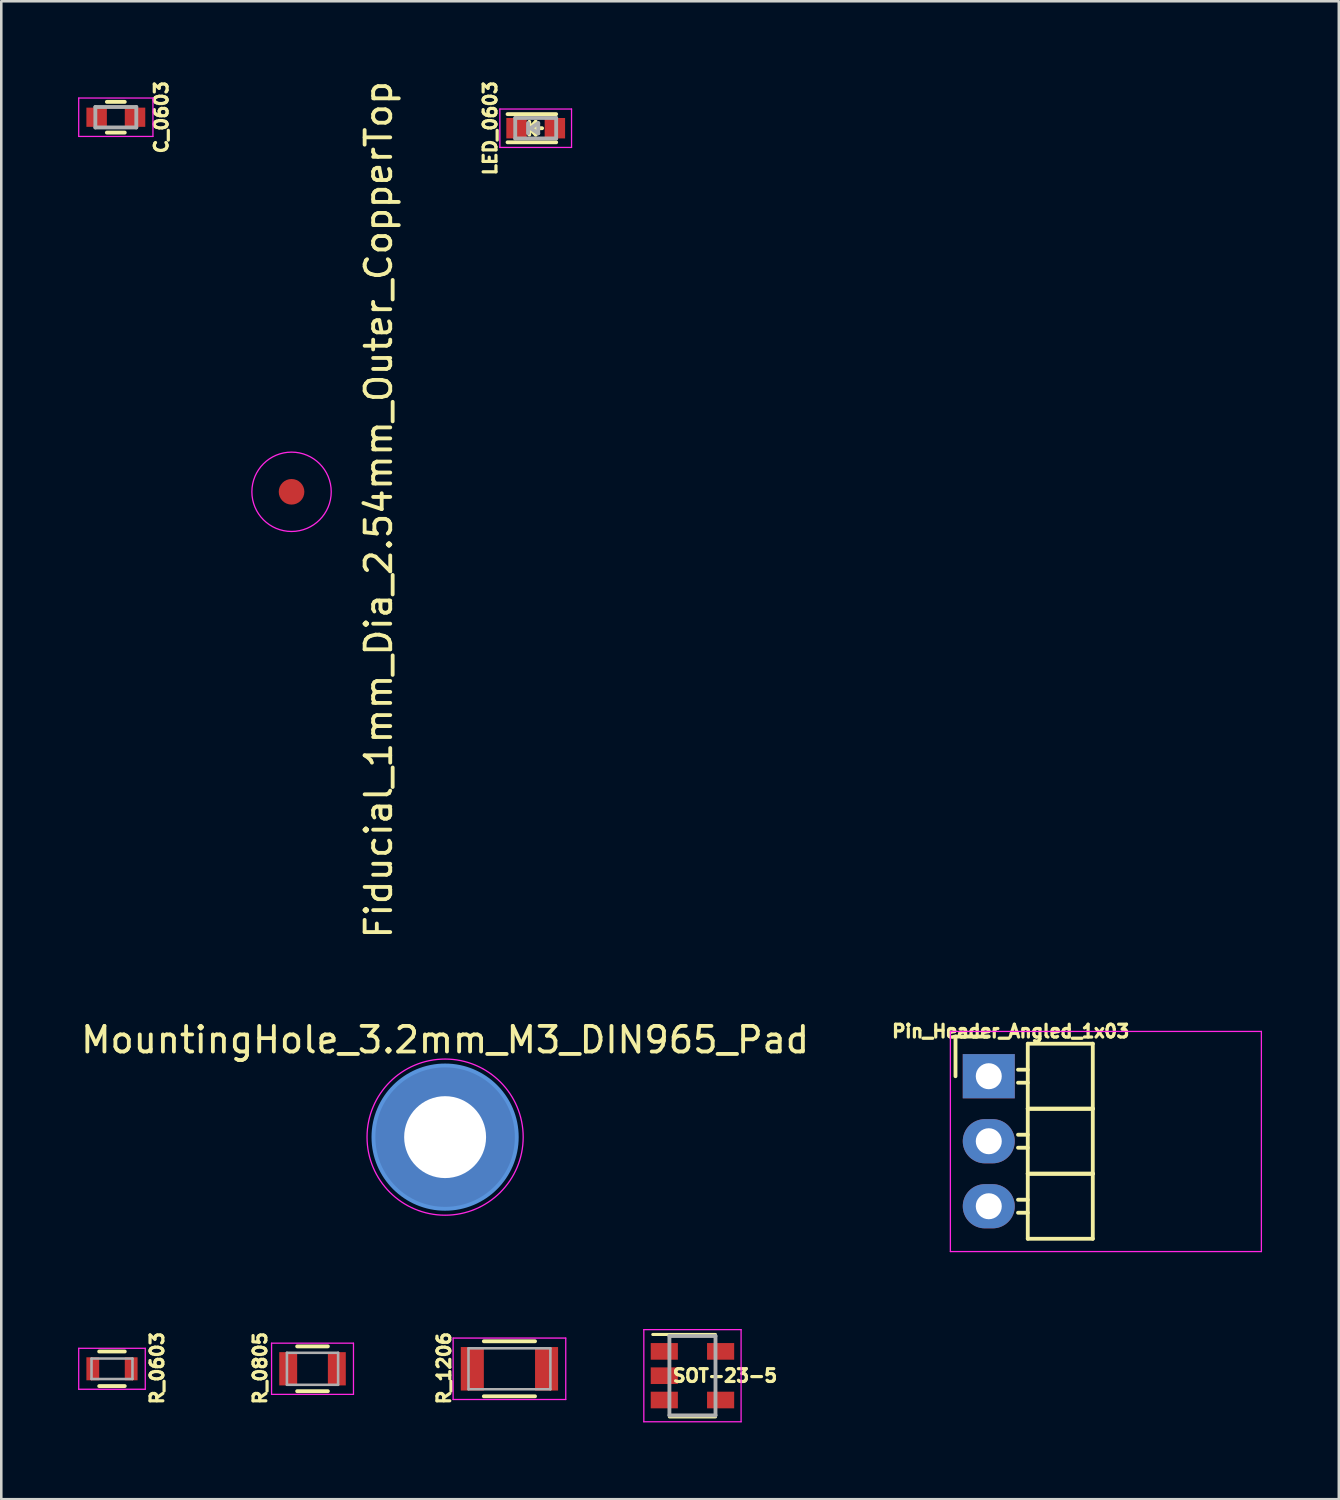
<source format=kicad_pcb>
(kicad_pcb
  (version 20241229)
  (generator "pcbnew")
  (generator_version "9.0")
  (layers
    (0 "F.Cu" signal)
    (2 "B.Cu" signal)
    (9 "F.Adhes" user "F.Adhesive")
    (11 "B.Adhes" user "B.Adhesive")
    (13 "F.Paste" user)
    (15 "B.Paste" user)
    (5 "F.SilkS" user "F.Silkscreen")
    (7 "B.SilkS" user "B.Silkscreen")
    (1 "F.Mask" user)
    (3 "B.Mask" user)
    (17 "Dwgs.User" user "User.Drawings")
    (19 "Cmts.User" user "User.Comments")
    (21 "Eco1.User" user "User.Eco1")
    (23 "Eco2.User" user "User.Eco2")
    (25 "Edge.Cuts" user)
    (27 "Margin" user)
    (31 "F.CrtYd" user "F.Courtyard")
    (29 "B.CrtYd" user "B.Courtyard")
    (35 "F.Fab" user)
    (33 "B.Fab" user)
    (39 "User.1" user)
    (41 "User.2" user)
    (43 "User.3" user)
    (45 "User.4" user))
  (footprint "MountingHole_3.2mm_M3_DIN965_Pad"
    (layer "F.Cu")
    (at 14.339 41.374)
    (property "Reference" "MountingHole_3.2mm_M3_DIN965_Pad" (at 0 -3.8 0) (layer "F.SilkS") (effects (font (size 1 1) (thickness 0.15))))
    (attr exclude_from_pos_files exclude_from_bom)
    (fp_circle (center 0 0) (end 2.8 0) (stroke (width 0.15) (type solid)) (fill no) (layer "Cmts.User"))
    (fp_circle (center 0 0) (end 3.05 0) (stroke (width 0.05) (type solid)) (fill no) (layer "F.CrtYd"))
    (pad "1" thru_hole circle (at 0 0) (size 5.6 5.6) (drill 3.2) (layers "*.Cu" "*.Mask")))
  (footprint "R_0603"
    (layer "F.Cu")
    (at 1.325 50.424)
    (property "Reference" "R_0603" (at 1.762 -0.024 90) (layer "F.SilkS") (effects (font (size 0.5 0.5) (thickness 0.125))))
    (attr smd)
    (fp_line (start -0.5 -0.675) (end 0.5 -0.675) (stroke (width 0.15) (type solid)) (layer "F.SilkS"))
    (fp_line (start 0.5 0.675) (end -0.5 0.675) (stroke (width 0.15) (type solid)) (layer "F.SilkS"))
    (fp_line (start -1.3 -0.8) (end -1.3 0.8) (stroke (width 0.05) (type solid)) (layer "F.CrtYd"))
    (fp_line (start -1.3 -0.8) (end 1.3 -0.8) (stroke (width 0.05) (type solid)) (layer "F.CrtYd"))
    (fp_line (start -1.3 0.8) (end 1.3 0.8) (stroke (width 0.05) (type solid)) (layer "F.CrtYd"))
    (fp_line (start 1.3 -0.8) (end 1.3 0.8) (stroke (width 0.05) (type solid)) (layer "F.CrtYd"))
    (fp_line (start -0.8 -0.4) (end 0.8 -0.4) (stroke (width 0.1) (type solid)) (layer "F.Fab"))
    (fp_line (start -0.8 0.4) (end -0.8 -0.4) (stroke (width 0.1) (type solid)) (layer "F.Fab"))
    (fp_line (start 0.8 -0.4) (end 0.8 0.4) (stroke (width 0.1) (type solid)) (layer "F.Fab"))
    (fp_line (start 0.8 0.4) (end -0.8 0.4) (stroke (width 0.1) (type solid)) (layer "F.Fab"))
    (pad "1" smd rect (at -0.75 0) (size 0.5 0.9) (layers "F.Cu" "F.Mask" "F.Paste"))
    (pad "2" smd rect (at 0.75 0) (size 0.5 0.9) (layers "F.Cu" "F.Mask" "F.Paste")))
  (footprint "C_0603"
    (layer "F.Cu")
    (at 1.475 1.53)
    (property "Reference" "C_0603" (at 1.778 0 90) (layer "F.SilkS") (effects (font (size 0.5 0.5) (thickness 0.125))))
    (attr smd)
    (fp_line (start -0.35 -0.6) (end 0.35 -0.6) (stroke (width 0.15) (type solid)) (layer "F.SilkS"))
    (fp_line (start 0.35 0.6) (end -0.35 0.6) (stroke (width 0.15) (type solid)) (layer "F.SilkS"))
    (fp_line (start -1.45 -0.75) (end -1.45 0.75) (stroke (width 0.05) (type solid)) (layer "F.CrtYd"))
    (fp_line (start -1.45 -0.75) (end 1.45 -0.75) (stroke (width 0.05) (type solid)) (layer "F.CrtYd"))
    (fp_line (start -1.45 0.75) (end 1.45 0.75) (stroke (width 0.05) (type solid)) (layer "F.CrtYd"))
    (fp_line (start 1.45 -0.75) (end 1.45 0.75) (stroke (width 0.05) (type solid)) (layer "F.CrtYd"))
    (fp_line (start -0.8 -0.4) (end 0.8 -0.4) (stroke (width 0.15) (type solid)) (layer "F.Fab"))
    (fp_line (start -0.8 0.4) (end -0.8 -0.4) (stroke (width 0.15) (type solid)) (layer "F.Fab"))
    (fp_line (start 0.8 -0.4) (end 0.8 0.4) (stroke (width 0.15) (type solid)) (layer "F.Fab"))
    (fp_line (start 0.8 0.4) (end -0.8 0.4) (stroke (width 0.15) (type solid)) (layer "F.Fab"))
    (pad "1" smd rect (at -0.75 0) (size 0.8 0.75) (layers "F.Cu" "F.Mask" "F.Paste"))
    (pad "2" smd rect (at 0.75 0) (size 0.8 0.75) (layers "F.Cu" "F.Mask" "F.Paste")))
  (footprint "R_1206"
    (layer "F.Cu")
    (at 16.852 50.424)
    (property "Reference" "R_1206" (at -2.556 -0.024 90) (layer "F.SilkS") (effects (font (size 0.5 0.5) (thickness 0.125))))
    (attr smd)
    (fp_line (start -1 -1.075) (end 1 -1.075) (stroke (width 0.15) (type solid)) (layer "F.SilkS"))
    (fp_line (start 1 1.075) (end -1 1.075) (stroke (width 0.15) (type solid)) (layer "F.SilkS"))
    (fp_line (start -2.2 -1.2) (end -2.2 1.2) (stroke (width 0.05) (type solid)) (layer "F.CrtYd"))
    (fp_line (start -2.2 -1.2) (end 2.2 -1.2) (stroke (width 0.05) (type solid)) (layer "F.CrtYd"))
    (fp_line (start -2.2 1.2) (end 2.2 1.2) (stroke (width 0.05) (type solid)) (layer "F.CrtYd"))
    (fp_line (start 2.2 -1.2) (end 2.2 1.2) (stroke (width 0.05) (type solid)) (layer "F.CrtYd"))
    (fp_line (start -1.6 -0.8) (end 1.6 -0.8) (stroke (width 0.1) (type solid)) (layer "F.Fab"))
    (fp_line (start -1.6 0.8) (end -1.6 -0.8) (stroke (width 0.1) (type solid)) (layer "F.Fab"))
    (fp_line (start 1.6 -0.8) (end 1.6 0.8) (stroke (width 0.1) (type solid)) (layer "F.Fab"))
    (fp_line (start 1.6 0.8) (end -1.6 0.8) (stroke (width 0.1) (type solid)) (layer "F.Fab"))
    (pad "1" smd rect (at -1.45 0) (size 0.9 1.7) (layers "F.Cu" "F.Mask" "F.Paste"))
    (pad "2" smd rect (at 1.45 0) (size 0.9 1.7) (layers "F.Cu" "F.Mask" "F.Paste")))
  (footprint "SOT-23-5"
    (layer "F.Cu")
    (at 24.002 50.694)
    (property "Reference" "SOT-23-5" (at 1.27 0 0) (layer "F.SilkS") (effects (font (size 0.5 0.5) (thickness 0.125))))
    (attr smd)
    (fp_line (start -0.9 1.61) (end 0.9 1.61) (stroke (width 0.12) (type solid)) (layer "F.SilkS"))
    (fp_line (start 0.9 -1.61) (end -1.55 -1.61) (stroke (width 0.12) (type solid)) (layer "F.SilkS"))
    (fp_line (start -1.9 -1.8) (end 1.9 -1.8) (stroke (width 0.05) (type solid)) (layer "F.CrtYd"))
    (fp_line (start -1.9 1.8) (end -1.9 -1.8) (stroke (width 0.05) (type solid)) (layer "F.CrtYd"))
    (fp_line (start 1.9 -1.8) (end 1.9 1.8) (stroke (width 0.05) (type solid)) (layer "F.CrtYd"))
    (fp_line (start 1.9 1.8) (end -1.9 1.8) (stroke (width 0.05) (type solid)) (layer "F.CrtYd"))
    (fp_line (start -0.9 -1.55) (end -0.9 1.55) (stroke (width 0.15) (type solid)) (layer "F.Fab"))
    (fp_line (start 0.9 -1.55) (end -0.9 -1.55) (stroke (width 0.15) (type solid)) (layer "F.Fab"))
    (fp_line (start 0.9 -1.55) (end 0.9 1.55) (stroke (width 0.15) (type solid)) (layer "F.Fab"))
    (fp_line (start 0.9 1.55) (end -0.9 1.55) (stroke (width 0.15) (type solid)) (layer "F.Fab"))
    (pad "1" smd rect (at -1.1 -0.95) (size 1.06 0.65) (layers "F.Cu" "F.Mask" "F.Paste"))
    (pad "2" smd rect (at -1.1 0) (size 1.06 0.65) (layers "F.Cu" "F.Mask" "F.Paste"))
    (pad "3" smd rect (at -1.1 0.95) (size 1.06 0.65) (layers "F.Cu" "F.Mask" "F.Paste"))
    (pad "4" smd rect (at 1.1 0.95) (size 1.06 0.65) (layers "F.Cu" "F.Mask" "F.Paste"))
    (pad "5" smd rect (at 1.1 -0.95) (size 1.06 0.65) (layers "F.Cu" "F.Mask" "F.Paste")))
  (footprint "Fiducial_1mm_Dia_2.54mm_Outer_CopperTop"
    (layer "F.Cu")
    (at 8.34 16.163)
    (property "Reference" "Fiducial_1mm_Dia_2.54mm_Outer_CopperTop" (at 3.4 0.7 90) (layer "F.SilkS") (effects (font (size 1 1) (thickness 0.15))))
    (attr smd)
    (fp_circle (center 0 0) (end 1.55 0) (stroke (width 0.05) (type solid)) (fill no) (layer "F.CrtYd"))
    (pad "~" smd circle (at 0 0) (size 1 1) (layers "F.Cu" "F.Mask")))
  (footprint "Pin_Header_Angled_1x03"
    (layer "F.Cu")
    (at 35.578 38.994)
    (property "Reference" "Pin_Header_Angled_1x03" (at 0.857 -1.756 0) (layer "F.SilkS") (effects (font (size 0.5 0.5) (thickness 0.125))))
    (attr through_hole)
    (fp_line (start -1.3 -1.55) (end -1.3 0) (stroke (width 0.15) (type solid)) (layer "F.SilkS"))
    (fp_line (start 0 -1.55) (end -1.3 -1.55) (stroke (width 0.15) (type solid)) (layer "F.SilkS"))
    (fp_line (start 1.524 -1.27) (end 1.524 1.27) (stroke (width 0.15) (type solid)) (layer "F.SilkS"))
    (fp_line (start 1.524 -1.27) (end 4.064 -1.27) (stroke (width 0.15) (type solid)) (layer "F.SilkS"))
    (fp_line (start 1.524 -0.254) (end 1.143 -0.254) (stroke (width 0.15) (type solid)) (layer "F.SilkS"))
    (fp_line (start 1.524 0.254) (end 1.143 0.254) (stroke (width 0.15) (type solid)) (layer "F.SilkS"))
    (fp_line (start 1.524 1.27) (end 1.524 3.81) (stroke (width 0.15) (type solid)) (layer "F.SilkS"))
    (fp_line (start 1.524 1.27) (end 4.064 1.27) (stroke (width 0.15) (type solid)) (layer "F.SilkS"))
    (fp_line (start 1.524 1.27) (end 4.064 1.27) (stroke (width 0.15) (type solid)) (layer "F.SilkS"))
    (fp_line (start 1.524 2.286) (end 1.143 2.286) (stroke (width 0.15) (type solid)) (layer "F.SilkS"))
    (fp_line (start 1.524 2.794) (end 1.143 2.794) (stroke (width 0.15) (type solid)) (layer "F.SilkS"))
    (fp_line (start 1.524 3.81) (end 1.524 6.35) (stroke (width 0.15) (type solid)) (layer "F.SilkS"))
    (fp_line (start 1.524 3.81) (end 4.064 3.81) (stroke (width 0.15) (type solid)) (layer "F.SilkS"))
    (fp_line (start 1.524 3.81) (end 4.064 3.81) (stroke (width 0.15) (type solid)) (layer "F.SilkS"))
    (fp_line (start 1.524 4.826) (end 1.143 4.826) (stroke (width 0.15) (type solid)) (layer "F.SilkS"))
    (fp_line (start 1.524 5.334) (end 1.143 5.334) (stroke (width 0.15) (type solid)) (layer "F.SilkS"))
    (fp_line (start 1.524 6.35) (end 4.064 6.35) (stroke (width 0.15) (type solid)) (layer "F.SilkS"))
    (fp_line (start 4.064 1.27) (end 4.064 -1.27) (stroke (width 0.15) (type solid)) (layer "F.SilkS"))
    (fp_line (start 4.064 3.81) (end 4.064 1.27) (stroke (width 0.15) (type solid)) (layer "F.SilkS"))
    (fp_line (start 4.064 6.35) (end 4.064 3.81) (stroke (width 0.15) (type solid)) (layer "F.SilkS"))
    (fp_line (start -1.5 -1.75) (end -1.5 6.85) (stroke (width 0.05) (type solid)) (layer "F.CrtYd"))
    (fp_line (start -1.5 -1.75) (end 10.65 -1.75) (stroke (width 0.05) (type solid)) (layer "F.CrtYd"))
    (fp_line (start -1.5 6.85) (end 10.65 6.85) (stroke (width 0.05) (type solid)) (layer "F.CrtYd"))
    (fp_line (start 10.65 -1.75) (end 10.65 6.85) (stroke (width 0.05) (type solid)) (layer "F.CrtYd"))
    (pad "1" thru_hole rect (at 0 0) (size 2.032 1.727) (drill 1.016) (layers "*.Cu" "*.Mask"))
    (pad "2" thru_hole oval (at 0 2.54) (size 2.032 1.727) (drill 1.016) (layers "*.Cu" "*.Mask"))
    (pad "3" thru_hole oval (at 0 5.08) (size 2.032 1.727) (drill 1.016) (layers "*.Cu" "*.Mask")))
  (footprint "R_0805"
    (layer "F.Cu")
    (at 9.159 50.424)
    (property "Reference" "R_0805" (at -2.048 -0.024 90) (layer "F.SilkS") (effects (font (size 0.5 0.5) (thickness 0.125))))
    (attr smd)
    (fp_line (start -0.6 -0.875) (end 0.6 -0.875) (stroke (width 0.15) (type solid)) (layer "F.SilkS"))
    (fp_line (start 0.6 0.875) (end -0.6 0.875) (stroke (width 0.15) (type solid)) (layer "F.SilkS"))
    (fp_line (start -1.6 -1) (end -1.6 1) (stroke (width 0.05) (type solid)) (layer "F.CrtYd"))
    (fp_line (start -1.6 -1) (end 1.6 -1) (stroke (width 0.05) (type solid)) (layer "F.CrtYd"))
    (fp_line (start -1.6 1) (end 1.6 1) (stroke (width 0.05) (type solid)) (layer "F.CrtYd"))
    (fp_line (start 1.6 -1) (end 1.6 1) (stroke (width 0.05) (type solid)) (layer "F.CrtYd"))
    (fp_line (start -1 -0.625) (end 1 -0.625) (stroke (width 0.1) (type solid)) (layer "F.Fab"))
    (fp_line (start -1 0.625) (end -1 -0.625) (stroke (width 0.1) (type solid)) (layer "F.Fab"))
    (fp_line (start 1 -0.625) (end 1 0.625) (stroke (width 0.1) (type solid)) (layer "F.Fab"))
    (fp_line (start 1 0.625) (end -1 0.625) (stroke (width 0.1) (type solid)) (layer "F.Fab"))
    (pad "1" smd rect (at -0.95 0) (size 0.7 1.3) (layers "F.Cu" "F.Mask" "F.Paste"))
    (pad "2" smd rect (at 0.95 0) (size 0.7 1.3) (layers "F.Cu" "F.Mask" "F.Paste")))
  (footprint "LED_0603"
    (layer "F.Cu")
    (at 17.878 1.959)
    (property "Reference" "LED_0603" (at -1.778 0 270) (layer "F.SilkS") (effects (font (size 0.5 0.5) (thickness 0.125))))
    (attr smd)
    (fp_line (start -1.1 -0.55) (end 0.8 -0.55) (stroke (width 0.15) (type solid)) (layer "F.SilkS"))
    (fp_line (start -1.1 0.55) (end 0.8 0.55) (stroke (width 0.15) (type solid)) (layer "F.SilkS"))
    (fp_line (start -0.25 -0.25) (end -0.25 0.25) (stroke (width 0.15) (type solid)) (layer "F.SilkS"))
    (fp_line (start -0.25 0) (end 0 -0.25) (stroke (width 0.15) (type solid)) (layer "F.SilkS"))
    (fp_line (start -0.2 0) (end 0.25 0) (stroke (width 0.15) (type solid)) (layer "F.SilkS"))
    (fp_line (start 0 -0.25) (end 0 0.25) (stroke (width 0.15) (type solid)) (layer "F.SilkS"))
    (fp_line (start 0 0.25) (end -0.25 0) (stroke (width 0.15) (type solid)) (layer "F.SilkS"))
    (fp_line (start -1.4 -0.75) (end 1.4 -0.75) (stroke (width 0.05) (type solid)) (layer "F.CrtYd"))
    (fp_line (start -1.4 0.75) (end -1.4 -0.75) (stroke (width 0.05) (type solid)) (layer "F.CrtYd"))
    (fp_line (start 1.4 -0.75) (end 1.4 0.75) (stroke (width 0.05) (type solid)) (layer "F.CrtYd"))
    (fp_line (start 1.4 0.75) (end -1.4 0.75) (stroke (width 0.05) (type solid)) (layer "F.CrtYd"))
    (fp_line (start -0.8 -0.4) (end 0.8 -0.4) (stroke (width 0.15) (type solid)) (layer "F.Fab"))
    (fp_line (start -0.8 0.4) (end -0.8 -0.4) (stroke (width 0.15) (type solid)) (layer "F.Fab"))
    (fp_line (start -0.3 -0.2) (end -0.3 0.2) (stroke (width 0.15) (type solid)) (layer "F.Fab"))
    (fp_line (start -0.2 0) (end 0.1 -0.2) (stroke (width 0.15) (type solid)) (layer "F.Fab"))
    (fp_line (start 0.1 -0.2) (end 0.1 0.2) (stroke (width 0.15) (type solid)) (layer "F.Fab"))
    (fp_line (start 0.1 0.2) (end -0.2 0) (stroke (width 0.15) (type solid)) (layer "F.Fab"))
    (fp_line (start 0.8 -0.4) (end 0.8 0.4) (stroke (width 0.15) (type solid)) (layer "F.Fab"))
    (fp_line (start 0.8 0.4) (end -0.8 0.4) (stroke (width 0.15) (type solid)) (layer "F.Fab"))
    (pad "1" smd rect (at -0.749 0 180) (size 0.798 0.798) (layers "F.Cu" "F.Mask" "F.Paste"))
    (pad "2" smd rect (at 0.749 0 180) (size 0.798 0.798) (layers "F.Cu" "F.Mask" "F.Paste")))
  (gr_rect
    (start -3 -3)
    (end 49.253 55.519)
    (stroke (width 0.1) (type default))
    (fill no)
    (layer "Edge.Cuts")))
</source>
